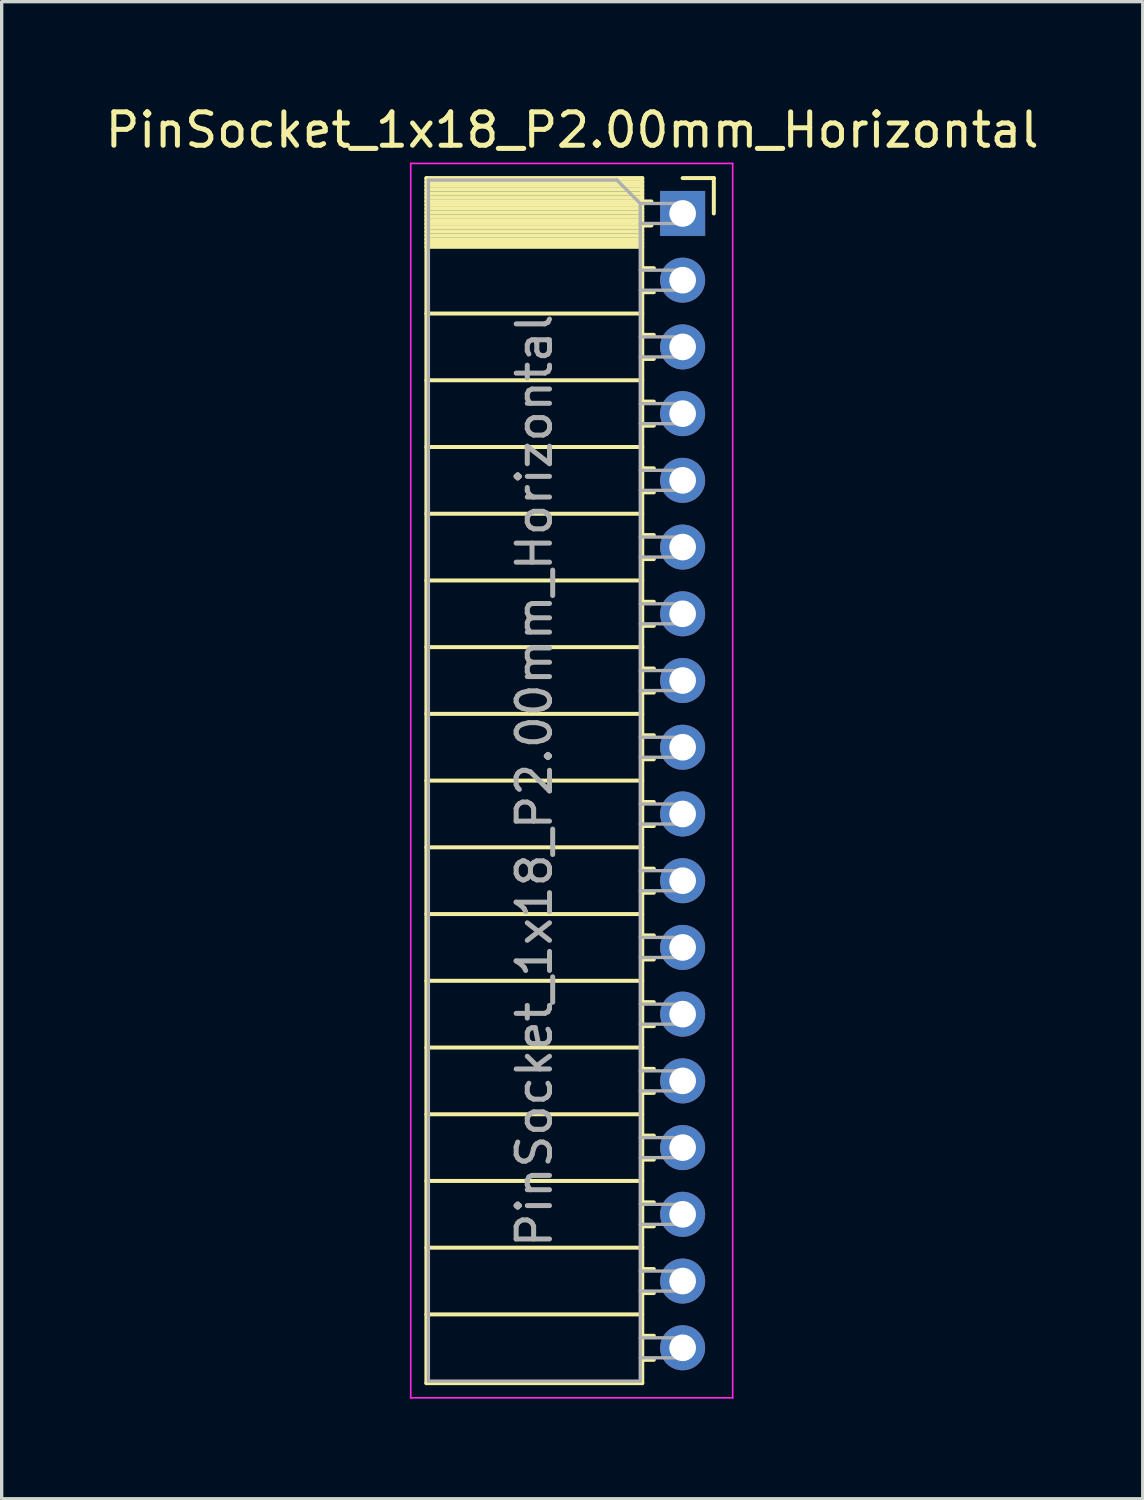
<source format=kicad_pcb>
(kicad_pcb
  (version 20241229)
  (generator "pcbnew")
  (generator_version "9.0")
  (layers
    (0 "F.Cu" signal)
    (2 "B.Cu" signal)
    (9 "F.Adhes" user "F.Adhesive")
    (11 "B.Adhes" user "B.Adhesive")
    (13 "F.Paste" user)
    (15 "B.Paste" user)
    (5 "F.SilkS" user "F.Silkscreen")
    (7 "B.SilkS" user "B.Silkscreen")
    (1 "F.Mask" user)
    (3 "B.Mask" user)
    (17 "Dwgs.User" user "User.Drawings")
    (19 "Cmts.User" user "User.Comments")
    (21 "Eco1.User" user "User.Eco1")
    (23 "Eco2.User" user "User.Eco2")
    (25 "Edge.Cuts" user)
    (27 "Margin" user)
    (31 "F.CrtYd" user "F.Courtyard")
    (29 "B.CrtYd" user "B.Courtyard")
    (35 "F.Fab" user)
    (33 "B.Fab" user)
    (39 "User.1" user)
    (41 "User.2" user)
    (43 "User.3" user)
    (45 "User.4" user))
  (footprint "PinSocket_1x18_P2.00mm_Horizontal"
    (layer "F.Cu")
    (at 17.411 3.348)
    (property "Reference" "PinSocket_1x18_P2.00mm_Horizontal" (at -3.31 -2.5 0) (layer "F.SilkS") (effects (font (size 1 1) (thickness 0.15))))
    (attr through_hole)
    (fp_line (start -7.68 -1.06) (end -7.68 35.06) (stroke (width 0.12) (type solid)) (layer "F.SilkS"))
    (fp_line (start -7.68 -1.06) (end -1.21 -1.06) (stroke (width 0.12) (type solid)) (layer "F.SilkS"))
    (fp_line (start -7.68 -0.94) (end -1.21 -0.94) (stroke (width 0.12) (type solid)) (layer "F.SilkS"))
    (fp_line (start -7.68 -0.826) (end -1.21 -0.826) (stroke (width 0.12) (type solid)) (layer "F.SilkS"))
    (fp_line (start -7.68 -0.712) (end -1.21 -0.712) (stroke (width 0.12) (type solid)) (layer "F.SilkS"))
    (fp_line (start -7.68 -0.598) (end -1.21 -0.598) (stroke (width 0.12) (type solid)) (layer "F.SilkS"))
    (fp_line (start -7.68 -0.484) (end -1.21 -0.484) (stroke (width 0.12) (type solid)) (layer "F.SilkS"))
    (fp_line (start -7.68 -0.369) (end -1.21 -0.369) (stroke (width 0.12) (type solid)) (layer "F.SilkS"))
    (fp_line (start -7.68 -0.255) (end -1.21 -0.255) (stroke (width 0.12) (type solid)) (layer "F.SilkS"))
    (fp_line (start -7.68 -0.141) (end -1.21 -0.141) (stroke (width 0.12) (type solid)) (layer "F.SilkS"))
    (fp_line (start -7.68 -0.027) (end -1.21 -0.027) (stroke (width 0.12) (type solid)) (layer "F.SilkS"))
    (fp_line (start -7.68 0.087) (end -1.21 0.087) (stroke (width 0.12) (type solid)) (layer "F.SilkS"))
    (fp_line (start -7.68 0.201) (end -1.21 0.201) (stroke (width 0.12) (type solid)) (layer "F.SilkS"))
    (fp_line (start -7.68 0.315) (end -1.21 0.315) (stroke (width 0.12) (type solid)) (layer "F.SilkS"))
    (fp_line (start -7.68 0.429) (end -1.21 0.429) (stroke (width 0.12) (type solid)) (layer "F.SilkS"))
    (fp_line (start -7.68 0.544) (end -1.21 0.544) (stroke (width 0.12) (type solid)) (layer "F.SilkS"))
    (fp_line (start -7.68 0.658) (end -1.21 0.658) (stroke (width 0.12) (type solid)) (layer "F.SilkS"))
    (fp_line (start -7.68 0.772) (end -1.21 0.772) (stroke (width 0.12) (type solid)) (layer "F.SilkS"))
    (fp_line (start -7.68 0.886) (end -1.21 0.886) (stroke (width 0.12) (type solid)) (layer "F.SilkS"))
    (fp_line (start -7.68 1) (end -1.21 1) (stroke (width 0.12) (type solid)) (layer "F.SilkS"))
    (fp_line (start -7.68 3) (end -1.21 3) (stroke (width 0.12) (type solid)) (layer "F.SilkS"))
    (fp_line (start -7.68 5) (end -1.21 5) (stroke (width 0.12) (type solid)) (layer "F.SilkS"))
    (fp_line (start -7.68 7) (end -1.21 7) (stroke (width 0.12) (type solid)) (layer "F.SilkS"))
    (fp_line (start -7.68 9) (end -1.21 9) (stroke (width 0.12) (type solid)) (layer "F.SilkS"))
    (fp_line (start -7.68 11) (end -1.21 11) (stroke (width 0.12) (type solid)) (layer "F.SilkS"))
    (fp_line (start -7.68 13) (end -1.21 13) (stroke (width 0.12) (type solid)) (layer "F.SilkS"))
    (fp_line (start -7.68 15) (end -1.21 15) (stroke (width 0.12) (type solid)) (layer "F.SilkS"))
    (fp_line (start -7.68 17) (end -1.21 17) (stroke (width 0.12) (type solid)) (layer "F.SilkS"))
    (fp_line (start -7.68 19) (end -1.21 19) (stroke (width 0.12) (type solid)) (layer "F.SilkS"))
    (fp_line (start -7.68 21) (end -1.21 21) (stroke (width 0.12) (type solid)) (layer "F.SilkS"))
    (fp_line (start -7.68 23) (end -1.21 23) (stroke (width 0.12) (type solid)) (layer "F.SilkS"))
    (fp_line (start -7.68 25) (end -1.21 25) (stroke (width 0.12) (type solid)) (layer "F.SilkS"))
    (fp_line (start -7.68 27) (end -1.21 27) (stroke (width 0.12) (type solid)) (layer "F.SilkS"))
    (fp_line (start -7.68 29) (end -1.21 29) (stroke (width 0.12) (type solid)) (layer "F.SilkS"))
    (fp_line (start -7.68 31) (end -1.21 31) (stroke (width 0.12) (type solid)) (layer "F.SilkS"))
    (fp_line (start -7.68 33) (end -1.21 33) (stroke (width 0.12) (type solid)) (layer "F.SilkS"))
    (fp_line (start -7.68 35.06) (end -1.21 35.06) (stroke (width 0.12) (type solid)) (layer "F.SilkS"))
    (fp_line (start -1.21 -1.06) (end -1.21 35.06) (stroke (width 0.12) (type solid)) (layer "F.SilkS"))
    (fp_line (start -1.21 -0.36) (end -0.935 -0.36) (stroke (width 0.12) (type solid)) (layer "F.SilkS"))
    (fp_line (start -1.21 0.36) (end -0.935 0.36) (stroke (width 0.12) (type solid)) (layer "F.SilkS"))
    (fp_line (start -1.21 1.64) (end -0.863 1.64) (stroke (width 0.12) (type solid)) (layer "F.SilkS"))
    (fp_line (start -1.21 2.36) (end -0.863 2.36) (stroke (width 0.12) (type solid)) (layer "F.SilkS"))
    (fp_line (start -1.21 3.64) (end -0.863 3.64) (stroke (width 0.12) (type solid)) (layer "F.SilkS"))
    (fp_line (start -1.21 4.36) (end -0.863 4.36) (stroke (width 0.12) (type solid)) (layer "F.SilkS"))
    (fp_line (start -1.21 5.64) (end -0.863 5.64) (stroke (width 0.12) (type solid)) (layer "F.SilkS"))
    (fp_line (start -1.21 6.36) (end -0.863 6.36) (stroke (width 0.12) (type solid)) (layer "F.SilkS"))
    (fp_line (start -1.21 7.64) (end -0.863 7.64) (stroke (width 0.12) (type solid)) (layer "F.SilkS"))
    (fp_line (start -1.21 8.36) (end -0.863 8.36) (stroke (width 0.12) (type solid)) (layer "F.SilkS"))
    (fp_line (start -1.21 9.64) (end -0.863 9.64) (stroke (width 0.12) (type solid)) (layer "F.SilkS"))
    (fp_line (start -1.21 10.36) (end -0.863 10.36) (stroke (width 0.12) (type solid)) (layer "F.SilkS"))
    (fp_line (start -1.21 11.64) (end -0.863 11.64) (stroke (width 0.12) (type solid)) (layer "F.SilkS"))
    (fp_line (start -1.21 12.36) (end -0.863 12.36) (stroke (width 0.12) (type solid)) (layer "F.SilkS"))
    (fp_line (start -1.21 13.64) (end -0.863 13.64) (stroke (width 0.12) (type solid)) (layer "F.SilkS"))
    (fp_line (start -1.21 14.36) (end -0.863 14.36) (stroke (width 0.12) (type solid)) (layer "F.SilkS"))
    (fp_line (start -1.21 15.64) (end -0.863 15.64) (stroke (width 0.12) (type solid)) (layer "F.SilkS"))
    (fp_line (start -1.21 16.36) (end -0.863 16.36) (stroke (width 0.12) (type solid)) (layer "F.SilkS"))
    (fp_line (start -1.21 17.64) (end -0.863 17.64) (stroke (width 0.12) (type solid)) (layer "F.SilkS"))
    (fp_line (start -1.21 18.36) (end -0.863 18.36) (stroke (width 0.12) (type solid)) (layer "F.SilkS"))
    (fp_line (start -1.21 19.64) (end -0.863 19.64) (stroke (width 0.12) (type solid)) (layer "F.SilkS"))
    (fp_line (start -1.21 20.36) (end -0.863 20.36) (stroke (width 0.12) (type solid)) (layer "F.SilkS"))
    (fp_line (start -1.21 21.64) (end -0.863 21.64) (stroke (width 0.12) (type solid)) (layer "F.SilkS"))
    (fp_line (start -1.21 22.36) (end -0.863 22.36) (stroke (width 0.12) (type solid)) (layer "F.SilkS"))
    (fp_line (start -1.21 23.64) (end -0.863 23.64) (stroke (width 0.12) (type solid)) (layer "F.SilkS"))
    (fp_line (start -1.21 24.36) (end -0.863 24.36) (stroke (width 0.12) (type solid)) (layer "F.SilkS"))
    (fp_line (start -1.21 25.64) (end -0.863 25.64) (stroke (width 0.12) (type solid)) (layer "F.SilkS"))
    (fp_line (start -1.21 26.36) (end -0.863 26.36) (stroke (width 0.12) (type solid)) (layer "F.SilkS"))
    (fp_line (start -1.21 27.64) (end -0.863 27.64) (stroke (width 0.12) (type solid)) (layer "F.SilkS"))
    (fp_line (start -1.21 28.36) (end -0.863 28.36) (stroke (width 0.12) (type solid)) (layer "F.SilkS"))
    (fp_line (start -1.21 29.64) (end -0.863 29.64) (stroke (width 0.12) (type solid)) (layer "F.SilkS"))
    (fp_line (start -1.21 30.36) (end -0.863 30.36) (stroke (width 0.12) (type solid)) (layer "F.SilkS"))
    (fp_line (start -1.21 31.64) (end -0.863 31.64) (stroke (width 0.12) (type solid)) (layer "F.SilkS"))
    (fp_line (start -1.21 32.36) (end -0.863 32.36) (stroke (width 0.12) (type solid)) (layer "F.SilkS"))
    (fp_line (start -1.21 33.64) (end -0.863 33.64) (stroke (width 0.12) (type solid)) (layer "F.SilkS"))
    (fp_line (start -1.21 34.36) (end -0.863 34.36) (stroke (width 0.12) (type solid)) (layer "F.SilkS"))
    (fp_line (start 0 -1.06) (end 0.935 -1.06) (stroke (width 0.12) (type solid)) (layer "F.SilkS"))
    (fp_line (start 0.935 -1.06) (end 0.935 0) (stroke (width 0.12) (type solid)) (layer "F.SilkS"))
    (fp_line (start -8.15 -1.5) (end -8.15 35.5) (stroke (width 0.05) (type solid)) (layer "F.CrtYd"))
    (fp_line (start -8.15 35.5) (end 1.5 35.5) (stroke (width 0.05) (type solid)) (layer "F.CrtYd"))
    (fp_line (start 1.5 -1.5) (end -8.15 -1.5) (stroke (width 0.05) (type solid)) (layer "F.CrtYd"))
    (fp_line (start 1.5 35.5) (end 1.5 -1.5) (stroke (width 0.05) (type solid)) (layer "F.CrtYd"))
    (fp_line (start -7.62 -1) (end -1.97 -1) (stroke (width 0.1) (type solid)) (layer "F.Fab"))
    (fp_line (start -7.62 35) (end -7.62 -1) (stroke (width 0.1) (type solid)) (layer "F.Fab"))
    (fp_line (start -1.97 -1) (end -1.27 -0.3) (stroke (width 0.1) (type solid)) (layer "F.Fab"))
    (fp_line (start -1.27 -0.3) (end -1.27 35) (stroke (width 0.1) (type solid)) (layer "F.Fab"))
    (fp_line (start -1.27 0.3) (end 0 0.3) (stroke (width 0.1) (type solid)) (layer "F.Fab"))
    (fp_line (start -1.27 2.3) (end 0 2.3) (stroke (width 0.1) (type solid)) (layer "F.Fab"))
    (fp_line (start -1.27 4.3) (end 0 4.3) (stroke (width 0.1) (type solid)) (layer "F.Fab"))
    (fp_line (start -1.27 6.3) (end 0 6.3) (stroke (width 0.1) (type solid)) (layer "F.Fab"))
    (fp_line (start -1.27 8.3) (end 0 8.3) (stroke (width 0.1) (type solid)) (layer "F.Fab"))
    (fp_line (start -1.27 10.3) (end 0 10.3) (stroke (width 0.1) (type solid)) (layer "F.Fab"))
    (fp_line (start -1.27 12.3) (end 0 12.3) (stroke (width 0.1) (type solid)) (layer "F.Fab"))
    (fp_line (start -1.27 14.3) (end 0 14.3) (stroke (width 0.1) (type solid)) (layer "F.Fab"))
    (fp_line (start -1.27 16.3) (end 0 16.3) (stroke (width 0.1) (type solid)) (layer "F.Fab"))
    (fp_line (start -1.27 18.3) (end 0 18.3) (stroke (width 0.1) (type solid)) (layer "F.Fab"))
    (fp_line (start -1.27 20.3) (end 0 20.3) (stroke (width 0.1) (type solid)) (layer "F.Fab"))
    (fp_line (start -1.27 22.3) (end 0 22.3) (stroke (width 0.1) (type solid)) (layer "F.Fab"))
    (fp_line (start -1.27 24.3) (end 0 24.3) (stroke (width 0.1) (type solid)) (layer "F.Fab"))
    (fp_line (start -1.27 26.3) (end 0 26.3) (stroke (width 0.1) (type solid)) (layer "F.Fab"))
    (fp_line (start -1.27 28.3) (end 0 28.3) (stroke (width 0.1) (type solid)) (layer "F.Fab"))
    (fp_line (start -1.27 30.3) (end 0 30.3) (stroke (width 0.1) (type solid)) (layer "F.Fab"))
    (fp_line (start -1.27 32.3) (end 0 32.3) (stroke (width 0.1) (type solid)) (layer "F.Fab"))
    (fp_line (start -1.27 34.3) (end 0 34.3) (stroke (width 0.1) (type solid)) (layer "F.Fab"))
    (fp_line (start -1.27 35) (end -7.62 35) (stroke (width 0.1) (type solid)) (layer "F.Fab"))
    (fp_line (start 0 -0.3) (end -1.27 -0.3) (stroke (width 0.1) (type solid)) (layer "F.Fab"))
    (fp_line (start 0 0.3) (end 0 -0.3) (stroke (width 0.1) (type solid)) (layer "F.Fab"))
    (fp_line (start 0 1.7) (end -1.27 1.7) (stroke (width 0.1) (type solid)) (layer "F.Fab"))
    (fp_line (start 0 2.3) (end 0 1.7) (stroke (width 0.1) (type solid)) (layer "F.Fab"))
    (fp_line (start 0 3.7) (end -1.27 3.7) (stroke (width 0.1) (type solid)) (layer "F.Fab"))
    (fp_line (start 0 4.3) (end 0 3.7) (stroke (width 0.1) (type solid)) (layer "F.Fab"))
    (fp_line (start 0 5.7) (end -1.27 5.7) (stroke (width 0.1) (type solid)) (layer "F.Fab"))
    (fp_line (start 0 6.3) (end 0 5.7) (stroke (width 0.1) (type solid)) (layer "F.Fab"))
    (fp_line (start 0 7.7) (end -1.27 7.7) (stroke (width 0.1) (type solid)) (layer "F.Fab"))
    (fp_line (start 0 8.3) (end 0 7.7) (stroke (width 0.1) (type solid)) (layer "F.Fab"))
    (fp_line (start 0 9.7) (end -1.27 9.7) (stroke (width 0.1) (type solid)) (layer "F.Fab"))
    (fp_line (start 0 10.3) (end 0 9.7) (stroke (width 0.1) (type solid)) (layer "F.Fab"))
    (fp_line (start 0 11.7) (end -1.27 11.7) (stroke (width 0.1) (type solid)) (layer "F.Fab"))
    (fp_line (start 0 12.3) (end 0 11.7) (stroke (width 0.1) (type solid)) (layer "F.Fab"))
    (fp_line (start 0 13.7) (end -1.27 13.7) (stroke (width 0.1) (type solid)) (layer "F.Fab"))
    (fp_line (start 0 14.3) (end 0 13.7) (stroke (width 0.1) (type solid)) (layer "F.Fab"))
    (fp_line (start 0 15.7) (end -1.27 15.7) (stroke (width 0.1) (type solid)) (layer "F.Fab"))
    (fp_line (start 0 16.3) (end 0 15.7) (stroke (width 0.1) (type solid)) (layer "F.Fab"))
    (fp_line (start 0 17.7) (end -1.27 17.7) (stroke (width 0.1) (type solid)) (layer "F.Fab"))
    (fp_line (start 0 18.3) (end 0 17.7) (stroke (width 0.1) (type solid)) (layer "F.Fab"))
    (fp_line (start 0 19.7) (end -1.27 19.7) (stroke (width 0.1) (type solid)) (layer "F.Fab"))
    (fp_line (start 0 20.3) (end 0 19.7) (stroke (width 0.1) (type solid)) (layer "F.Fab"))
    (fp_line (start 0 21.7) (end -1.27 21.7) (stroke (width 0.1) (type solid)) (layer "F.Fab"))
    (fp_line (start 0 22.3) (end 0 21.7) (stroke (width 0.1) (type solid)) (layer "F.Fab"))
    (fp_line (start 0 23.7) (end -1.27 23.7) (stroke (width 0.1) (type solid)) (layer "F.Fab"))
    (fp_line (start 0 24.3) (end 0 23.7) (stroke (width 0.1) (type solid)) (layer "F.Fab"))
    (fp_line (start 0 25.7) (end -1.27 25.7) (stroke (width 0.1) (type solid)) (layer "F.Fab"))
    (fp_line (start 0 26.3) (end 0 25.7) (stroke (width 0.1) (type solid)) (layer "F.Fab"))
    (fp_line (start 0 27.7) (end -1.27 27.7) (stroke (width 0.1) (type solid)) (layer "F.Fab"))
    (fp_line (start 0 28.3) (end 0 27.7) (stroke (width 0.1) (type solid)) (layer "F.Fab"))
    (fp_line (start 0 29.7) (end -1.27 29.7) (stroke (width 0.1) (type solid)) (layer "F.Fab"))
    (fp_line (start 0 30.3) (end 0 29.7) (stroke (width 0.1) (type solid)) (layer "F.Fab"))
    (fp_line (start 0 31.7) (end -1.27 31.7) (stroke (width 0.1) (type solid)) (layer "F.Fab"))
    (fp_line (start 0 32.3) (end 0 31.7) (stroke (width 0.1) (type solid)) (layer "F.Fab"))
    (fp_line (start 0 33.7) (end -1.27 33.7) (stroke (width 0.1) (type solid)) (layer "F.Fab"))
    (fp_line (start 0 34.3) (end 0 33.7) (stroke (width 0.1) (type solid)) (layer "F.Fab"))
    (fp_text user "${REFERENCE}" (at -4.445 17 90) (layer "F.Fab") (effects (font (size 1 1) (thickness 0.15))))
    (pad "1" thru_hole rect (at 0 0) (size 1.35 1.35) (drill 0.8) (layers "*.Cu" "*.Mask"))
    (pad "2" thru_hole circle (at 0 2) (size 1.35 1.35) (drill 0.8) (layers "*.Cu" "*.Mask"))
    (pad "3" thru_hole circle (at 0 4) (size 1.35 1.35) (drill 0.8) (layers "*.Cu" "*.Mask"))
    (pad "4" thru_hole circle (at 0 6) (size 1.35 1.35) (drill 0.8) (layers "*.Cu" "*.Mask"))
    (pad "5" thru_hole circle (at 0 8) (size 1.35 1.35) (drill 0.8) (layers "*.Cu" "*.Mask"))
    (pad "6" thru_hole circle (at 0 10) (size 1.35 1.35) (drill 0.8) (layers "*.Cu" "*.Mask"))
    (pad "7" thru_hole circle (at 0 12) (size 1.35 1.35) (drill 0.8) (layers "*.Cu" "*.Mask"))
    (pad "8" thru_hole circle (at 0 14) (size 1.35 1.35) (drill 0.8) (layers "*.Cu" "*.Mask"))
    (pad "9" thru_hole circle (at 0 16) (size 1.35 1.35) (drill 0.8) (layers "*.Cu" "*.Mask"))
    (pad "10" thru_hole circle (at 0 18) (size 1.35 1.35) (drill 0.8) (layers "*.Cu" "*.Mask"))
    (pad "11" thru_hole circle (at 0 20) (size 1.35 1.35) (drill 0.8) (layers "*.Cu" "*.Mask"))
    (pad "12" thru_hole circle (at 0 22) (size 1.35 1.35) (drill 0.8) (layers "*.Cu" "*.Mask"))
    (pad "13" thru_hole circle (at 0 24) (size 1.35 1.35) (drill 0.8) (layers "*.Cu" "*.Mask"))
    (pad "14" thru_hole circle (at 0 26) (size 1.35 1.35) (drill 0.8) (layers "*.Cu" "*.Mask"))
    (pad "15" thru_hole circle (at 0 28) (size 1.35 1.35) (drill 0.8) (layers "*.Cu" "*.Mask"))
    (pad "16" thru_hole circle (at 0 30) (size 1.35 1.35) (drill 0.8) (layers "*.Cu" "*.Mask"))
    (pad "17" thru_hole circle (at 0 32) (size 1.35 1.35) (drill 0.8) (layers "*.Cu" "*.Mask"))
    (pad "18" thru_hole circle (at 0 34) (size 1.35 1.35) (drill 0.8) (layers "*.Cu" "*.Mask")))
  (gr_rect
    (start -3 -3)
    (end 31.202 41.873)
    (stroke (width 0.1) (type default))
    (fill no)
    (layer "Edge.Cuts")))
</source>
